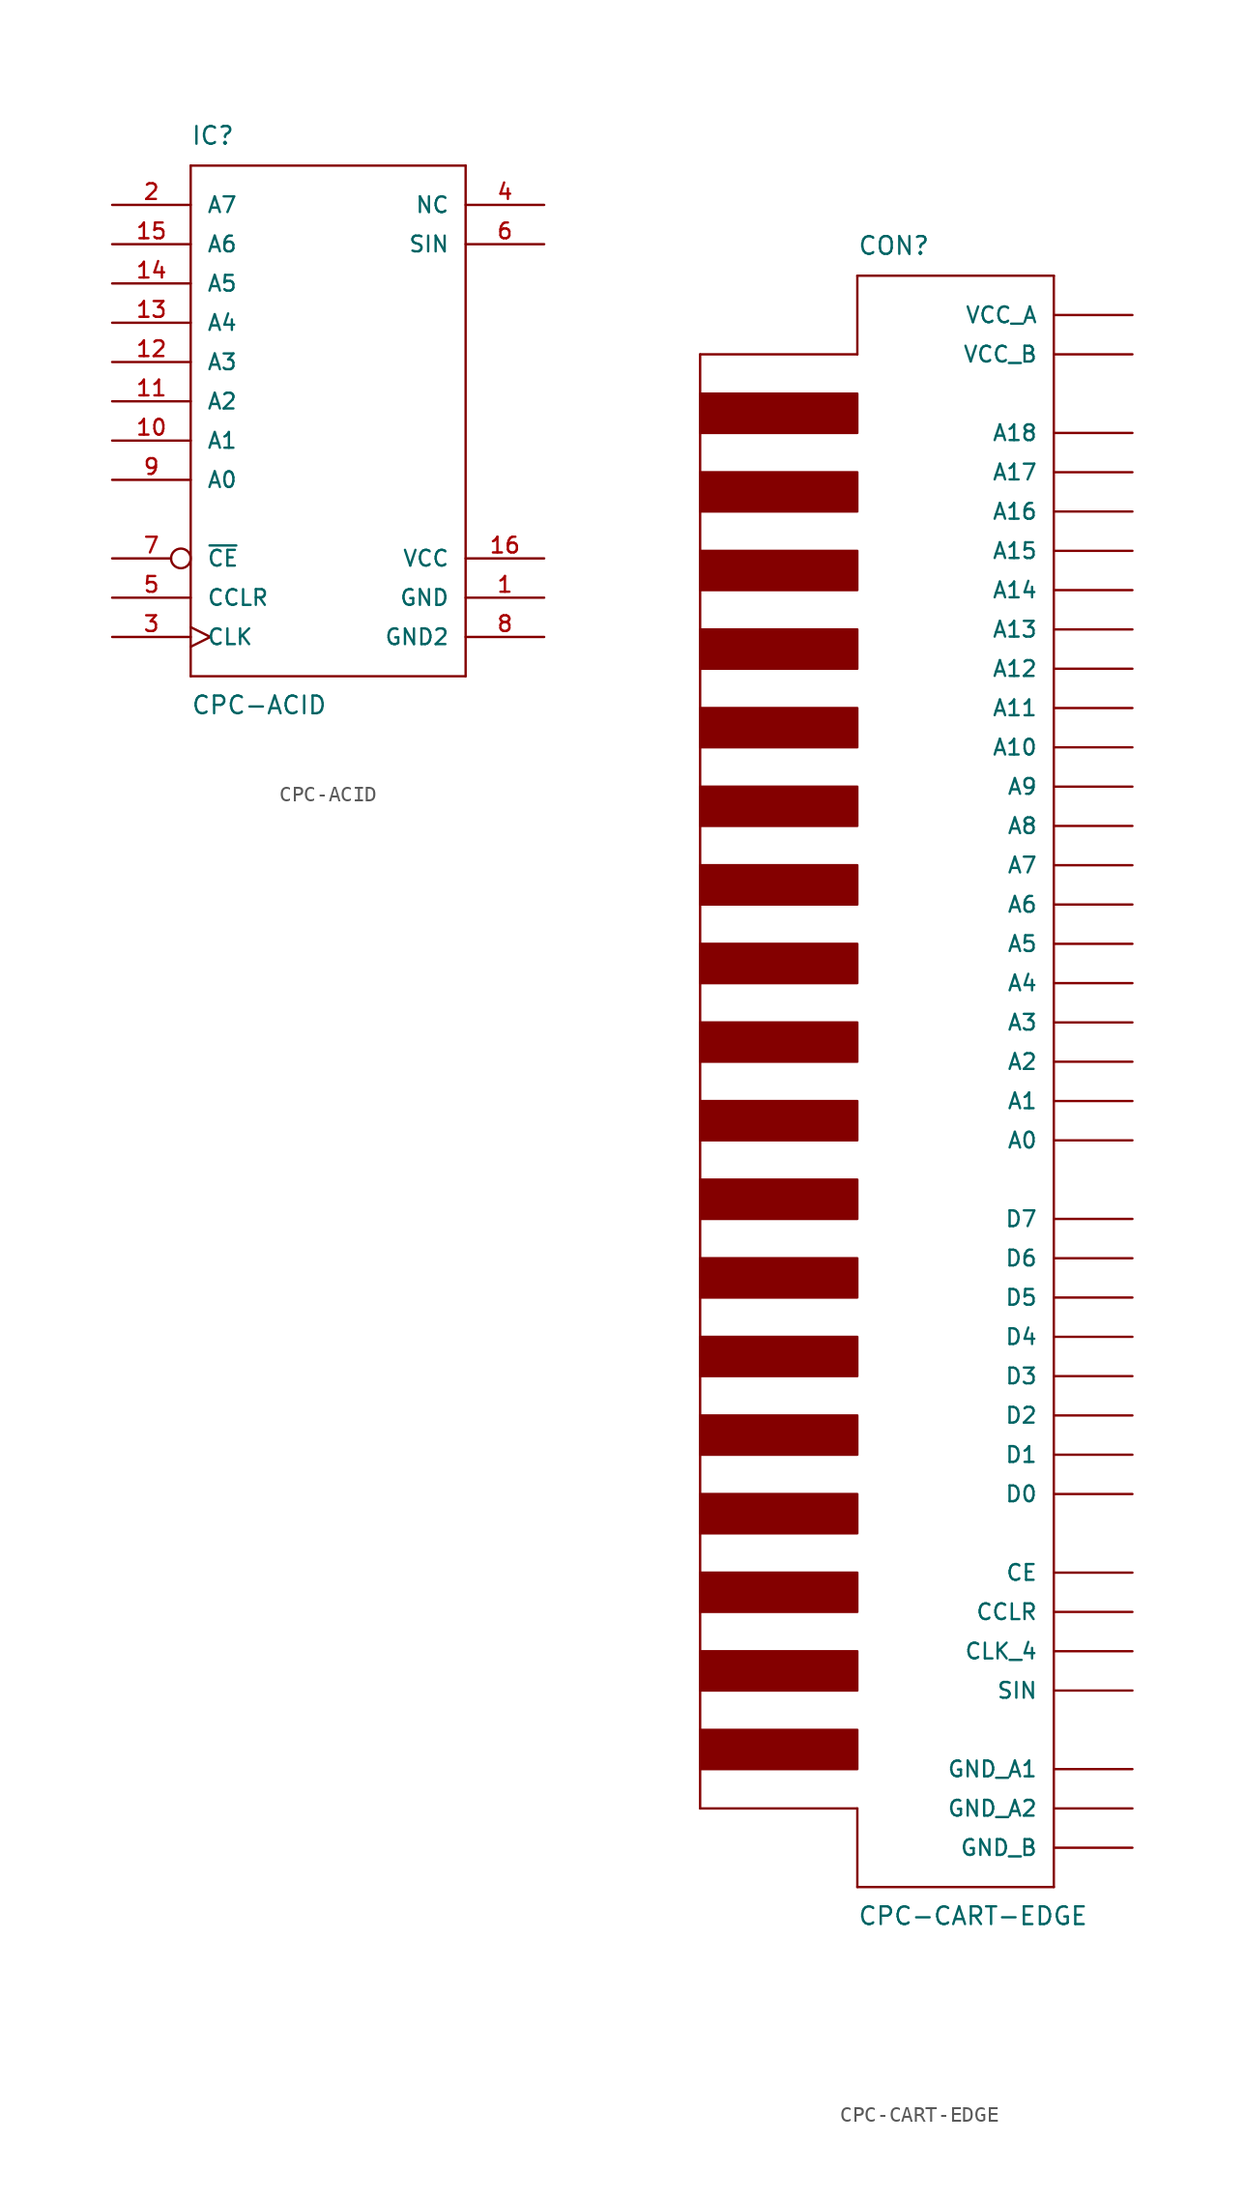
<source format=kicad_sym>
(kicad_symbol_lib
  (version 20211014)
  (generator kicad_symbol_editor)
  (symbol "CPC-ACID"
    (pin_names
      (offset 1.016))
    (property "Reference" "IC"
      (at -7.62 16.51 0)
      (effects (font (size 1.143 1.143)) (justify left bottom)))
    (property "Value" "CPC-ACID"
      (at -7.62 -20.32 0)
      (effects (font (size 1.143 1.143)) (justify left bottom)))
    (property "ki_locked" ""
      (at 0 0 0)
      (effects (font (size 1.27 1.27))))
    (symbol "CPC-ACID_1_0"
      (polyline (pts (xy -7.62 -17.78) (xy -7.62 15.24)) (stroke (width 0) (type default) (color 0 0 0 0)) (fill (type none)))
      (polyline (pts (xy -7.62 15.24) (xy 10.16 15.24)) (stroke (width 0) (type default) (color 0 0 0 0)) (fill (type none)))
      (polyline (pts (xy 10.16 -17.78) (xy -7.62 -17.78)) (stroke (width 0) (type default) (color 0 0 0 0)) (fill (type none)))
      (polyline (pts (xy 10.16 15.24) (xy 10.16 -17.78)) (stroke (width 0) (type default) (color 0 0 0 0)) (fill (type none))))
    (symbol "CPC-ACID_1_1"
      (pin power_in line (at 15.24 -12.7 180) (length 5.08) (name "GND" (effects (font (size 1.016 1.016)))) (number "1" (effects (font (size 1.016 1.016)))))
      (pin input line (at -12.7 -2.54 0) (length 5.08) (name "A1" (effects (font (size 1.016 1.016)))) (number "10" (effects (font (size 1.016 1.016)))))
      (pin input line (at -12.7 0 0) (length 5.08) (name "A2" (effects (font (size 1.016 1.016)))) (number "11" (effects (font (size 1.016 1.016)))))
      (pin input line (at -12.7 2.54 0) (length 5.08) (name "A3" (effects (font (size 1.016 1.016)))) (number "12" (effects (font (size 1.016 1.016)))))
      (pin input line (at -12.7 5.08 0) (length 5.08) (name "A4" (effects (font (size 1.016 1.016)))) (number "13" (effects (font (size 1.016 1.016)))))
      (pin input line (at -12.7 7.62 0) (length 5.08) (name "A5" (effects (font (size 1.016 1.016)))) (number "14" (effects (font (size 1.016 1.016)))))
      (pin input line (at -12.7 10.16 0) (length 5.08) (name "A6" (effects (font (size 1.016 1.016)))) (number "15" (effects (font (size 1.016 1.016)))))
      (pin power_in line (at 15.24 -10.16 180) (length 5.08) (name "VCC" (effects (font (size 1.016 1.016)))) (number "16" (effects (font (size 1.016 1.016)))))
      (pin input line (at -12.7 12.7 0) (length 5.08) (name "A7" (effects (font (size 1.016 1.016)))) (number "2" (effects (font (size 1.016 1.016)))))
      (pin input clock (at -12.7 -15.24 0) (length 5.08) (name "CLK" (effects (font (size 1.016 1.016)))) (number "3" (effects (font (size 1.016 1.016)))))
      (pin unspecified line (at 15.24 12.7 180) (length 5.08) (name "NC" (effects (font (size 1.016 1.016)))) (number "4" (effects (font (size 1.016 1.016)))))
      (pin input line (at -12.7 -12.7 0) (length 5.08) (name "CCLR" (effects (font (size 1.016 1.016)))) (number "5" (effects (font (size 1.016 1.016)))))
      (pin output line (at 15.24 10.16 180) (length 5.08) (name "SIN" (effects (font (size 1.016 1.016)))) (number "6" (effects (font (size 1.016 1.016)))))
      (pin input inverted (at -12.7 -10.16 0) (length 5.08) (name "~{CE}" (effects (font (size 1.016 1.016)))) (number "7" (effects (font (size 1.016 1.016)))))
      (pin power_in line (at 15.24 -15.24 180) (length 5.08) (name "GND2" (effects (font (size 1.016 1.016)))) (number "8" (effects (font (size 1.016 1.016)))))
      (pin input line (at -12.7 -5.08 0) (length 5.08) (name "A0" (effects (font (size 1.016 1.016)))) (number "9" (effects (font (size 1.016 1.016)))))))
  (symbol "CPC-CART-EDGE"
    (pin_numbers hide)
    (pin_names
      (offset 1.016))
    (property "Reference" "CON"
      (at -5.08 52.07 0)
      (effects (font (size 1.143 1.143)) (justify left bottom)))
    (property "Value" "CPC-CART-EDGE"
      (at -5.08 -55.88 0)
      (effects (font (size 1.143 1.143)) (justify left bottom)))
    (property "ki_locked" ""
      (at 0 0 0)
      (effects (font (size 1.27 1.27))))
    (symbol "CPC-CART-EDGE_1_0"
      (polyline (pts (xy -15.24 -48.26) (xy -5.08 -48.26)) (stroke (width 0) (type default) (color 0 0 0 0)) (fill (type none)))
      (polyline (pts (xy -15.24 45.72) (xy -15.24 -48.26)) (stroke (width 0) (type default) (color 0 0 0 0)) (fill (type none)))
      (polyline (pts (xy -5.08 -53.34) (xy 7.62 -53.34)) (stroke (width 0) (type default) (color 0 0 0 0)) (fill (type none)))
      (polyline (pts (xy -5.08 -48.26) (xy -5.08 -53.34)) (stroke (width 0) (type default) (color 0 0 0 0)) (fill (type none)))
      (polyline (pts (xy -5.08 45.72) (xy -15.24 45.72)) (stroke (width 0) (type default) (color 0 0 0 0)) (fill (type none)))
      (polyline (pts (xy -5.08 50.8) (xy -5.08 45.72)) (stroke (width 0) (type default) (color 0 0 0 0)) (fill (type none)))
      (polyline (pts (xy 7.62 50.8) (xy -5.08 50.8)) (stroke (width 0) (type default) (color 0 0 0 0)) (fill (type none)))
      (polyline (pts (xy 7.62 50.8) (xy 7.62 -53.34)) (stroke (width 0) (type default) (color 0 0 0 0)) (fill (type none))))
    (symbol "CPC-CART-EDGE_1_1"
      (rectangle (start -15.24 -45.72) (end -5.08 -43.18) (stroke (width 0) (type default) (color 0 0 0 0)) (fill (type outline)))
      (rectangle (start -15.24 -40.64) (end -5.08 -38.1) (stroke (width 0) (type default) (color 0 0 0 0)) (fill (type outline)))
      (rectangle (start -15.24 -35.56) (end -5.08 -33.02) (stroke (width 0) (type default) (color 0 0 0 0)) (fill (type outline)))
      (rectangle (start -15.24 -30.48) (end -5.08 -27.94) (stroke (width 0) (type default) (color 0 0 0 0)) (fill (type outline)))
      (rectangle (start -15.24 -25.4) (end -5.08 -22.86) (stroke (width 0) (type default) (color 0 0 0 0)) (fill (type outline)))
      (rectangle (start -15.24 -20.32) (end -5.08 -17.78) (stroke (width 0) (type default) (color 0 0 0 0)) (fill (type outline)))
      (rectangle (start -15.24 -15.24) (end -5.08 -12.7) (stroke (width 0) (type default) (color 0 0 0 0)) (fill (type outline)))
      (rectangle (start -15.24 -10.16) (end -5.08 -7.62) (stroke (width 0) (type default) (color 0 0 0 0)) (fill (type outline)))
      (rectangle (start -15.24 -5.08) (end -5.08 -2.54) (stroke (width 0) (type default) (color 0 0 0 0)) (fill (type outline)))
      (rectangle (start -15.24 0) (end -5.08 2.54) (stroke (width 0) (type default) (color 0 0 0 0)) (fill (type outline)))
      (rectangle (start -15.24 5.08) (end -5.08 7.62) (stroke (width 0) (type default) (color 0 0 0 0)) (fill (type outline)))
      (rectangle (start -15.24 10.16) (end -5.08 12.7) (stroke (width 0) (type default) (color 0 0 0 0)) (fill (type outline)))
      (rectangle (start -15.24 15.24) (end -5.08 17.78) (stroke (width 0) (type default) (color 0 0 0 0)) (fill (type outline)))
      (rectangle (start -15.24 20.32) (end -5.08 22.86) (stroke (width 0) (type default) (color 0 0 0 0)) (fill (type outline)))
      (rectangle (start -15.24 25.4) (end -5.08 27.94) (stroke (width 0) (type default) (color 0 0 0 0)) (fill (type outline)))
      (rectangle (start -15.24 30.48) (end -5.08 33.02) (stroke (width 0) (type default) (color 0 0 0 0)) (fill (type outline)))
      (rectangle (start -15.24 35.56) (end -5.08 38.1) (stroke (width 0) (type default) (color 0 0 0 0)) (fill (type outline)))
      (rectangle (start -15.24 40.64) (end -5.08 43.18) (stroke (width 0) (type default) (color 0 0 0 0)) (fill (type outline)))
      (pin bidirectional line (at 12.7 -45.72 180) (length 5.08) (name "GND_A1" (effects (font (size 1.016 1.016)))) (number "A1" (effects (font (size 1.016 1.016)))))
      (pin bidirectional line (at 12.7 2.54 180) (length 5.08) (name "A3" (effects (font (size 1.016 1.016)))) (number "A10" (effects (font (size 1.016 1.016)))))
      (pin bidirectional line (at 12.7 22.86 180) (length 5.08) (name "A11" (effects (font (size 1.016 1.016)))) (number "A11" (effects (font (size 1.016 1.016)))))
      (pin bidirectional line (at 12.7 17.78 180) (length 5.08) (name "A9" (effects (font (size 1.016 1.016)))) (number "A12" (effects (font (size 1.016 1.016)))))
      (pin bidirectional line (at 12.7 15.24 180) (length 5.08) (name "A8" (effects (font (size 1.016 1.016)))) (number "A13" (effects (font (size 1.016 1.016)))))
      (pin bidirectional line (at 12.7 27.94 180) (length 5.08) (name "A13" (effects (font (size 1.016 1.016)))) (number "A14" (effects (font (size 1.016 1.016)))))
      (pin bidirectional line (at 12.7 30.48 180) (length 5.08) (name "A14" (effects (font (size 1.016 1.016)))) (number "A15" (effects (font (size 1.016 1.016)))))
      (pin bidirectional line (at 12.7 38.1 180) (length 5.08) (name "A17" (effects (font (size 1.016 1.016)))) (number "A16" (effects (font (size 1.016 1.016)))))
      (pin bidirectional line (at 12.7 40.64 180) (length 5.08) (name "A18" (effects (font (size 1.016 1.016)))) (number "A17" (effects (font (size 1.016 1.016)))))
      (pin bidirectional line (at 12.7 48.26 180) (length 5.08) (name "VCC_A" (effects (font (size 1.016 1.016)))) (number "A18" (effects (font (size 1.016 1.016)))))
      (pin bidirectional line (at 12.7 -48.26 180) (length 5.08) (name "GND_A2" (effects (font (size 1.016 1.016)))) (number "A2" (effects (font (size 1.016 1.016)))))
      (pin bidirectional line (at 12.7 -40.64 180) (length 5.08) (name "SIN" (effects (font (size 1.016 1.016)))) (number "A3" (effects (font (size 1.016 1.016)))))
      (pin bidirectional line (at 12.7 -22.86 180) (length 5.08) (name "D2" (effects (font (size 1.016 1.016)))) (number "A4" (effects (font (size 1.016 1.016)))))
      (pin bidirectional line (at 12.7 -25.4 180) (length 5.08) (name "D1" (effects (font (size 1.016 1.016)))) (number "A5" (effects (font (size 1.016 1.016)))))
      (pin bidirectional line (at 12.7 -27.94 180) (length 5.08) (name "D0" (effects (font (size 1.016 1.016)))) (number "A6" (effects (font (size 1.016 1.016)))))
      (pin bidirectional line (at 12.7 -5.08 180) (length 5.08) (name "A0" (effects (font (size 1.016 1.016)))) (number "A7" (effects (font (size 1.016 1.016)))))
      (pin bidirectional line (at 12.7 -2.54 180) (length 5.08) (name "A1" (effects (font (size 1.016 1.016)))) (number "A8" (effects (font (size 1.016 1.016)))))
      (pin bidirectional line (at 12.7 0 180) (length 5.08) (name "A2" (effects (font (size 1.016 1.016)))) (number "A9" (effects (font (size 1.016 1.016)))))
      (pin bidirectional line (at 12.7 -50.8 180) (length 5.08) (name "GND_B" (effects (font (size 1.016 1.016)))) (number "B1" (effects (font (size 1.016 1.016)))))
      (pin bidirectional line (at 12.7 5.08 180) (length 5.08) (name "A4" (effects (font (size 1.016 1.016)))) (number "B10" (effects (font (size 1.016 1.016)))))
      (pin bidirectional line (at 12.7 7.62 180) (length 5.08) (name "A5" (effects (font (size 1.016 1.016)))) (number "B11" (effects (font (size 1.016 1.016)))))
      (pin bidirectional line (at 12.7 10.16 180) (length 5.08) (name "A6" (effects (font (size 1.016 1.016)))) (number "B12" (effects (font (size 1.016 1.016)))))
      (pin bidirectional line (at 12.7 12.7 180) (length 5.08) (name "A7" (effects (font (size 1.016 1.016)))) (number "B13" (effects (font (size 1.016 1.016)))))
      (pin bidirectional line (at 12.7 25.4 180) (length 5.08) (name "A12" (effects (font (size 1.016 1.016)))) (number "B14" (effects (font (size 1.016 1.016)))))
      (pin bidirectional line (at 12.7 33.02 180) (length 5.08) (name "A15" (effects (font (size 1.016 1.016)))) (number "B15" (effects (font (size 1.016 1.016)))))
      (pin bidirectional line (at 12.7 35.56 180) (length 5.08) (name "A16" (effects (font (size 1.016 1.016)))) (number "B16" (effects (font (size 1.016 1.016)))))
      (pin bidirectional line (at 12.7 -38.1 180) (length 5.08) (name "CLK_4" (effects (font (size 1.016 1.016)))) (number "B17" (effects (font (size 1.016 1.016)))))
      (pin bidirectional line (at 12.7 45.72 180) (length 5.08) (name "VCC_B" (effects (font (size 1.016 1.016)))) (number "B18" (effects (font (size 1.016 1.016)))))
      (pin bidirectional line (at 12.7 -35.56 180) (length 5.08) (name "CCLR" (effects (font (size 1.016 1.016)))) (number "B2" (effects (font (size 1.016 1.016)))))
      (pin bidirectional line (at 12.7 -20.32 180) (length 5.08) (name "D3" (effects (font (size 1.016 1.016)))) (number "B3" (effects (font (size 1.016 1.016)))))
      (pin bidirectional line (at 12.7 -17.78 180) (length 5.08) (name "D4" (effects (font (size 1.016 1.016)))) (number "B4" (effects (font (size 1.016 1.016)))))
      (pin bidirectional line (at 12.7 -15.24 180) (length 5.08) (name "D5" (effects (font (size 1.016 1.016)))) (number "B5" (effects (font (size 1.016 1.016)))))
      (pin bidirectional line (at 12.7 -12.7 180) (length 5.08) (name "D6" (effects (font (size 1.016 1.016)))) (number "B6" (effects (font (size 1.016 1.016)))))
      (pin bidirectional line (at 12.7 -10.16 180) (length 5.08) (name "D7" (effects (font (size 1.016 1.016)))) (number "B7" (effects (font (size 1.016 1.016)))))
      (pin bidirectional line (at 12.7 -33.02 180) (length 5.08) (name "CE" (effects (font (size 1.016 1.016)))) (number "B8" (effects (font (size 1.016 1.016)))))
      (pin bidirectional line (at 12.7 20.32 180) (length 5.08) (name "A10" (effects (font (size 1.016 1.016)))) (number "B9" (effects (font (size 1.016 1.016))))))))
</source>
